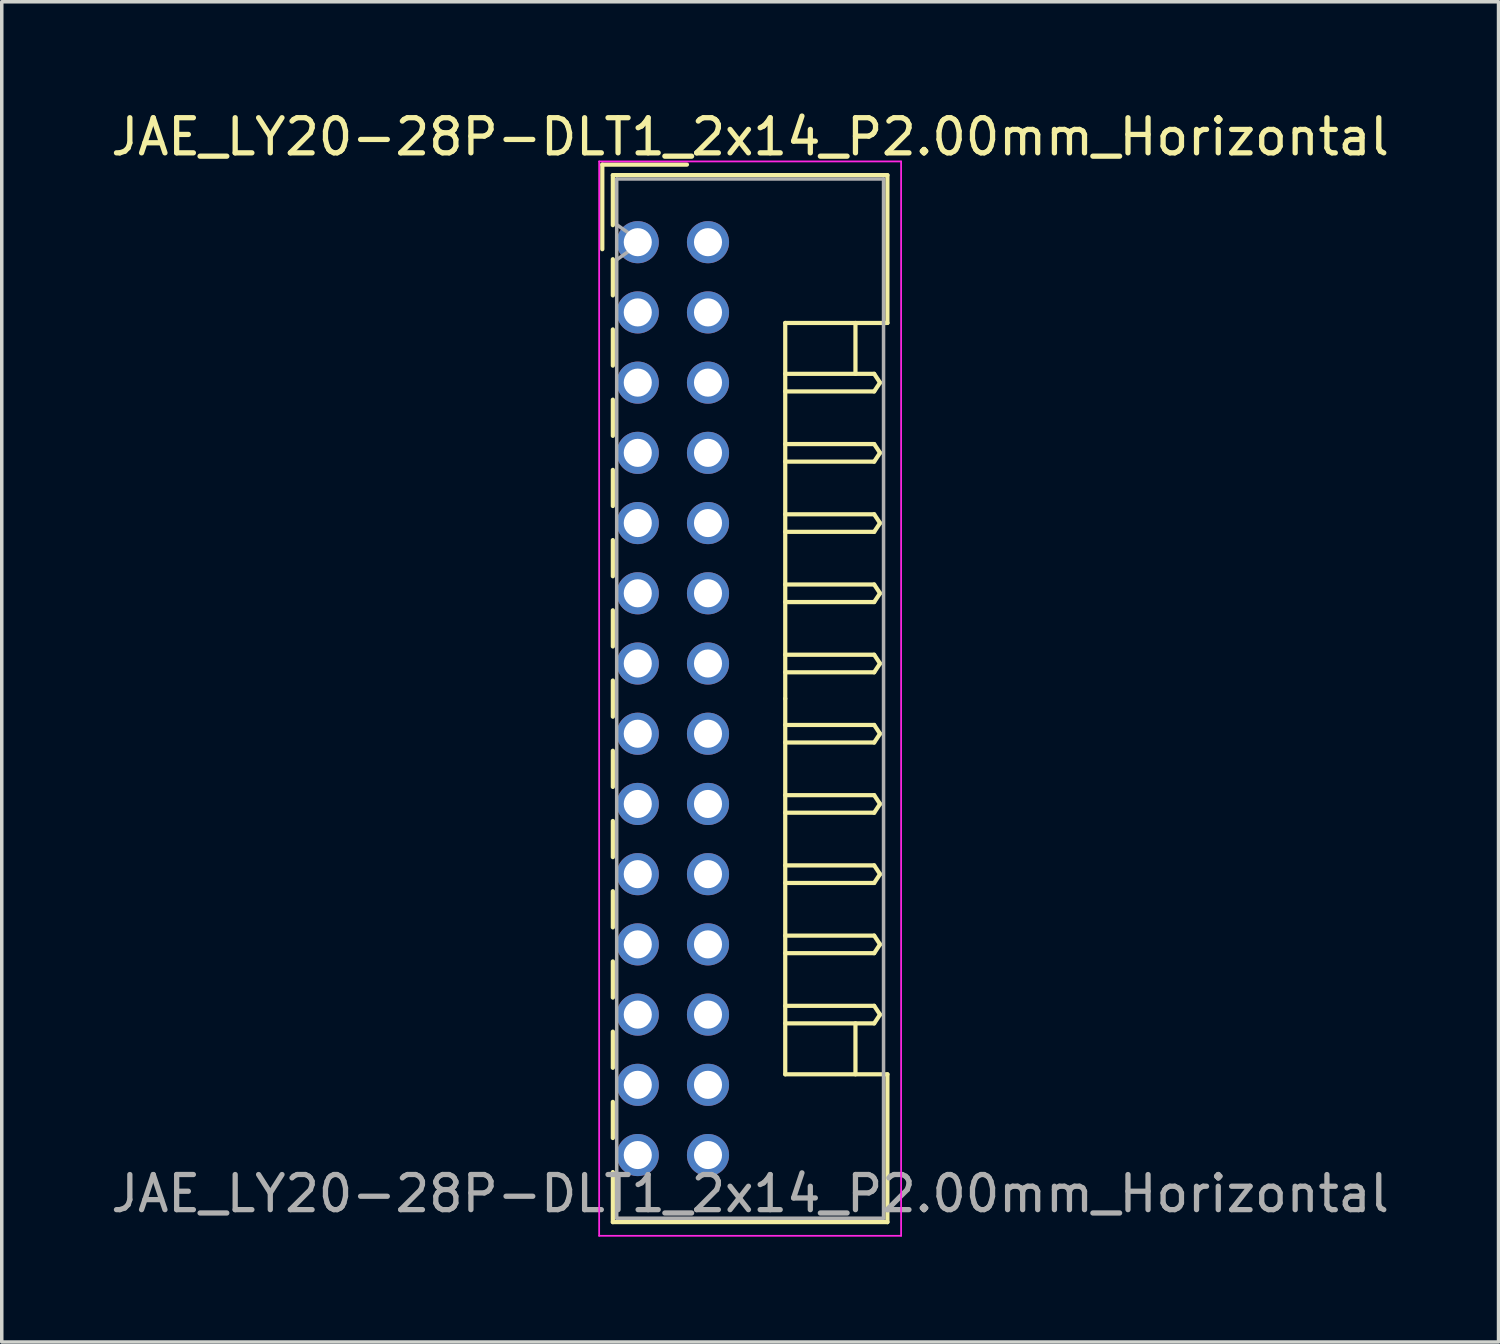
<source format=kicad_pcb>
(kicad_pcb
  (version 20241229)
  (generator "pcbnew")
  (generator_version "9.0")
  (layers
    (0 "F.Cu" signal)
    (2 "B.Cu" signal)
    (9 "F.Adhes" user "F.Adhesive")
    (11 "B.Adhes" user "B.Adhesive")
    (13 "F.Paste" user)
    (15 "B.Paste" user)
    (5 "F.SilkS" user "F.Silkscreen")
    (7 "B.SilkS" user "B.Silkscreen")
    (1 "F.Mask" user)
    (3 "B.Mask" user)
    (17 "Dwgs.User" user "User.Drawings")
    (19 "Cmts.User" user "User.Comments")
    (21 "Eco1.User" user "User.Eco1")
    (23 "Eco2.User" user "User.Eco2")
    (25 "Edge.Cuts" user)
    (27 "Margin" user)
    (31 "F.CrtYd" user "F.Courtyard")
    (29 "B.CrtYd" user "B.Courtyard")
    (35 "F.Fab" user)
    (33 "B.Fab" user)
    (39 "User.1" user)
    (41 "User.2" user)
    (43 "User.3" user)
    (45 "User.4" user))
  (footprint "JAE_LY20-28P-DLT1_2x14_P2.00mm_Horizontal"
    (layer "F.Cu")
    (at 15.115 3.848)
    (property "Reference" "JAE_LY20-28P-DLT1_2x14_P2.00mm_Horizontal" (at 3.2 -3 0) (layer "F.SilkS") (effects (font (size 1 1) (thickness 0.15))))
    (attr through_hole)
    (fp_line (start -1.01 -2.21) (end -1.01 0.2) (stroke (width 0.12) (type solid)) (layer "F.SilkS"))
    (fp_line (start -0.71 -1.91) (end 7.11 -1.91) (stroke (width 0.12) (type solid)) (layer "F.SilkS"))
    (fp_line (start -0.71 -0.485) (end -0.71 -1.91) (stroke (width 0.12) (type solid)) (layer "F.SilkS"))
    (fp_line (start -0.71 0.485) (end -0.71 1.515) (stroke (width 0.12) (type solid)) (layer "F.SilkS"))
    (fp_line (start -0.71 2.485) (end -0.71 3.515) (stroke (width 0.12) (type solid)) (layer "F.SilkS"))
    (fp_line (start -0.71 4.485) (end -0.71 5.515) (stroke (width 0.12) (type solid)) (layer "F.SilkS"))
    (fp_line (start -0.71 6.485) (end -0.71 7.515) (stroke (width 0.12) (type solid)) (layer "F.SilkS"))
    (fp_line (start -0.71 8.485) (end -0.71 9.515) (stroke (width 0.12) (type solid)) (layer "F.SilkS"))
    (fp_line (start -0.71 10.485) (end -0.71 11.515) (stroke (width 0.12) (type solid)) (layer "F.SilkS"))
    (fp_line (start -0.71 12.485) (end -0.71 13.515) (stroke (width 0.12) (type solid)) (layer "F.SilkS"))
    (fp_line (start -0.71 14.485) (end -0.71 15.515) (stroke (width 0.12) (type solid)) (layer "F.SilkS"))
    (fp_line (start -0.71 16.485) (end -0.71 17.515) (stroke (width 0.12) (type solid)) (layer "F.SilkS"))
    (fp_line (start -0.71 18.485) (end -0.71 19.515) (stroke (width 0.12) (type solid)) (layer "F.SilkS"))
    (fp_line (start -0.71 20.485) (end -0.71 21.515) (stroke (width 0.12) (type solid)) (layer "F.SilkS"))
    (fp_line (start -0.71 22.485) (end -0.71 23.515) (stroke (width 0.12) (type solid)) (layer "F.SilkS"))
    (fp_line (start -0.71 24.485) (end -0.71 25.515) (stroke (width 0.12) (type solid)) (layer "F.SilkS"))
    (fp_line (start -0.71 26.485) (end -0.71 27.91) (stroke (width 0.12) (type solid)) (layer "F.SilkS"))
    (fp_line (start -0.71 27.91) (end 7.11 27.91) (stroke (width 0.12) (type solid)) (layer "F.SilkS"))
    (fp_line (start 1.4 -2.21) (end -1.01 -2.21) (stroke (width 0.12) (type solid)) (layer "F.SilkS"))
    (fp_line (start 4.2 2.3) (end 4.2 13) (stroke (width 0.12) (type solid)) (layer "F.SilkS"))
    (fp_line (start 4.2 3.75) (end 6.733 3.75) (stroke (width 0.12) (type solid)) (layer "F.SilkS"))
    (fp_line (start 4.2 5.75) (end 6.733 5.75) (stroke (width 0.12) (type solid)) (layer "F.SilkS"))
    (fp_line (start 4.2 7.75) (end 6.733 7.75) (stroke (width 0.12) (type solid)) (layer "F.SilkS"))
    (fp_line (start 4.2 9.75) (end 6.733 9.75) (stroke (width 0.12) (type solid)) (layer "F.SilkS"))
    (fp_line (start 4.2 11.75) (end 6.733 11.75) (stroke (width 0.12) (type solid)) (layer "F.SilkS"))
    (fp_line (start 4.2 13.75) (end 6.733 13.75) (stroke (width 0.12) (type solid)) (layer "F.SilkS"))
    (fp_line (start 4.2 15.75) (end 6.733 15.75) (stroke (width 0.12) (type solid)) (layer "F.SilkS"))
    (fp_line (start 4.2 17.75) (end 6.733 17.75) (stroke (width 0.12) (type solid)) (layer "F.SilkS"))
    (fp_line (start 4.2 19.75) (end 6.733 19.75) (stroke (width 0.12) (type solid)) (layer "F.SilkS"))
    (fp_line (start 4.2 21.75) (end 6.733 21.75) (stroke (width 0.12) (type solid)) (layer "F.SilkS"))
    (fp_line (start 4.2 23.7) (end 4.2 13) (stroke (width 0.12) (type solid)) (layer "F.SilkS"))
    (fp_line (start 6.2 2.3) (end 6.2 3.75) (stroke (width 0.12) (type solid)) (layer "F.SilkS"))
    (fp_line (start 6.2 23.7) (end 6.2 22.25) (stroke (width 0.12) (type solid)) (layer "F.SilkS"))
    (fp_line (start 6.733 3.75) (end 6.9 4) (stroke (width 0.12) (type solid)) (layer "F.SilkS"))
    (fp_line (start 6.733 4.25) (end 4.2 4.25) (stroke (width 0.12) (type solid)) (layer "F.SilkS"))
    (fp_line (start 6.733 5.75) (end 6.9 6) (stroke (width 0.12) (type solid)) (layer "F.SilkS"))
    (fp_line (start 6.733 6.25) (end 4.2 6.25) (stroke (width 0.12) (type solid)) (layer "F.SilkS"))
    (fp_line (start 6.733 7.75) (end 6.9 8) (stroke (width 0.12) (type solid)) (layer "F.SilkS"))
    (fp_line (start 6.733 8.25) (end 4.2 8.25) (stroke (width 0.12) (type solid)) (layer "F.SilkS"))
    (fp_line (start 6.733 9.75) (end 6.9 10) (stroke (width 0.12) (type solid)) (layer "F.SilkS"))
    (fp_line (start 6.733 10.25) (end 4.2 10.25) (stroke (width 0.12) (type solid)) (layer "F.SilkS"))
    (fp_line (start 6.733 11.75) (end 6.9 12) (stroke (width 0.12) (type solid)) (layer "F.SilkS"))
    (fp_line (start 6.733 12.25) (end 4.2 12.25) (stroke (width 0.12) (type solid)) (layer "F.SilkS"))
    (fp_line (start 6.733 13.75) (end 6.9 14) (stroke (width 0.12) (type solid)) (layer "F.SilkS"))
    (fp_line (start 6.733 14.25) (end 4.2 14.25) (stroke (width 0.12) (type solid)) (layer "F.SilkS"))
    (fp_line (start 6.733 15.75) (end 6.9 16) (stroke (width 0.12) (type solid)) (layer "F.SilkS"))
    (fp_line (start 6.733 16.25) (end 4.2 16.25) (stroke (width 0.12) (type solid)) (layer "F.SilkS"))
    (fp_line (start 6.733 17.75) (end 6.9 18) (stroke (width 0.12) (type solid)) (layer "F.SilkS"))
    (fp_line (start 6.733 18.25) (end 4.2 18.25) (stroke (width 0.12) (type solid)) (layer "F.SilkS"))
    (fp_line (start 6.733 19.75) (end 6.9 20) (stroke (width 0.12) (type solid)) (layer "F.SilkS"))
    (fp_line (start 6.733 20.25) (end 4.2 20.25) (stroke (width 0.12) (type solid)) (layer "F.SilkS"))
    (fp_line (start 6.733 21.75) (end 6.9 22) (stroke (width 0.12) (type solid)) (layer "F.SilkS"))
    (fp_line (start 6.733 22.25) (end 4.2 22.25) (stroke (width 0.12) (type solid)) (layer "F.SilkS"))
    (fp_line (start 6.9 4) (end 6.733 4.25) (stroke (width 0.12) (type solid)) (layer "F.SilkS"))
    (fp_line (start 6.9 6) (end 6.733 6.25) (stroke (width 0.12) (type solid)) (layer "F.SilkS"))
    (fp_line (start 6.9 8) (end 6.733 8.25) (stroke (width 0.12) (type solid)) (layer "F.SilkS"))
    (fp_line (start 6.9 10) (end 6.733 10.25) (stroke (width 0.12) (type solid)) (layer "F.SilkS"))
    (fp_line (start 6.9 12) (end 6.733 12.25) (stroke (width 0.12) (type solid)) (layer "F.SilkS"))
    (fp_line (start 6.9 14) (end 6.733 14.25) (stroke (width 0.12) (type solid)) (layer "F.SilkS"))
    (fp_line (start 6.9 16) (end 6.733 16.25) (stroke (width 0.12) (type solid)) (layer "F.SilkS"))
    (fp_line (start 6.9 18) (end 6.733 18.25) (stroke (width 0.12) (type solid)) (layer "F.SilkS"))
    (fp_line (start 6.9 20) (end 6.733 20.25) (stroke (width 0.12) (type solid)) (layer "F.SilkS"))
    (fp_line (start 6.9 22) (end 6.733 22.25) (stroke (width 0.12) (type solid)) (layer "F.SilkS"))
    (fp_line (start 7.11 -1.91) (end 7.11 2.3) (stroke (width 0.12) (type solid)) (layer "F.SilkS"))
    (fp_line (start 7.11 2.3) (end 4.2 2.3) (stroke (width 0.12) (type solid)) (layer "F.SilkS"))
    (fp_line (start 7.11 23.7) (end 4.2 23.7) (stroke (width 0.12) (type solid)) (layer "F.SilkS"))
    (fp_line (start 7.11 27.91) (end 7.11 23.7) (stroke (width 0.12) (type solid)) (layer "F.SilkS"))
    (fp_line (start -1.1 -2.3) (end -1.1 28.3) (stroke (width 0.05) (type solid)) (layer "F.CrtYd"))
    (fp_line (start -1.1 28.3) (end 7.5 28.3) (stroke (width 0.05) (type solid)) (layer "F.CrtYd"))
    (fp_line (start 7.5 -2.3) (end -1.1 -2.3) (stroke (width 0.05) (type solid)) (layer "F.CrtYd"))
    (fp_line (start 7.5 28.3) (end 7.5 -2.3) (stroke (width 0.05) (type solid)) (layer "F.CrtYd"))
    (fp_line (start -0.6 -1.8) (end -0.6 27.8) (stroke (width 0.1) (type solid)) (layer "F.Fab"))
    (fp_line (start -0.6 0.5) (end 0.107 0) (stroke (width 0.1) (type solid)) (layer "F.Fab"))
    (fp_line (start -0.6 27.8) (end 7 27.8) (stroke (width 0.1) (type solid)) (layer "F.Fab"))
    (fp_line (start 0.107 0) (end -0.6 -0.5) (stroke (width 0.1) (type solid)) (layer "F.Fab"))
    (fp_line (start 7 -1.8) (end -0.6 -1.8) (stroke (width 0.1) (type solid)) (layer "F.Fab"))
    (fp_line (start 7 27.8) (end 7 -1.8) (stroke (width 0.1) (type solid)) (layer "F.Fab"))
    (fp_text user "${REFERENCE}" (at 3.2 27.1 0) (layer "F.Fab") (effects (font (size 1 1) (thickness 0.15))))
    (pad "a1" thru_hole circle (at 0 0) (size 1.2 1.2) (drill 0.8) (layers "*.Cu" "*.Mask"))
    (pad "a2" thru_hole circle (at 0 2) (size 1.2 1.2) (drill 0.8) (layers "*.Cu" "*.Mask"))
    (pad "a3" thru_hole circle (at 0 4) (size 1.2 1.2) (drill 0.8) (layers "*.Cu" "*.Mask"))
    (pad "a4" thru_hole circle (at 0 6) (size 1.2 1.2) (drill 0.8) (layers "*.Cu" "*.Mask"))
    (pad "a5" thru_hole circle (at 0 8) (size 1.2 1.2) (drill 0.8) (layers "*.Cu" "*.Mask"))
    (pad "a6" thru_hole circle (at 0 10) (size 1.2 1.2) (drill 0.8) (layers "*.Cu" "*.Mask"))
    (pad "a7" thru_hole circle (at 0 12) (size 1.2 1.2) (drill 0.8) (layers "*.Cu" "*.Mask"))
    (pad "a8" thru_hole circle (at 0 14) (size 1.2 1.2) (drill 0.8) (layers "*.Cu" "*.Mask"))
    (pad "a9" thru_hole circle (at 0 16) (size 1.2 1.2) (drill 0.8) (layers "*.Cu" "*.Mask"))
    (pad "a10" thru_hole circle (at 0 18) (size 1.2 1.2) (drill 0.8) (layers "*.Cu" "*.Mask"))
    (pad "a11" thru_hole circle (at 0 20) (size 1.2 1.2) (drill 0.8) (layers "*.Cu" "*.Mask"))
    (pad "a12" thru_hole circle (at 0 22) (size 1.2 1.2) (drill 0.8) (layers "*.Cu" "*.Mask"))
    (pad "a13" thru_hole circle (at 0 24) (size 1.2 1.2) (drill 0.8) (layers "*.Cu" "*.Mask"))
    (pad "a14" thru_hole circle (at 0 26) (size 1.2 1.2) (drill 0.8) (layers "*.Cu" "*.Mask"))
    (pad "b1" thru_hole circle (at 2 0) (size 1.2 1.2) (drill 0.8) (layers "*.Cu" "*.Mask"))
    (pad "b2" thru_hole circle (at 2 2) (size 1.2 1.2) (drill 0.8) (layers "*.Cu" "*.Mask"))
    (pad "b3" thru_hole circle (at 2 4) (size 1.2 1.2) (drill 0.8) (layers "*.Cu" "*.Mask"))
    (pad "b4" thru_hole circle (at 2 6) (size 1.2 1.2) (drill 0.8) (layers "*.Cu" "*.Mask"))
    (pad "b5" thru_hole circle (at 2 8) (size 1.2 1.2) (drill 0.8) (layers "*.Cu" "*.Mask"))
    (pad "b6" thru_hole circle (at 2 10) (size 1.2 1.2) (drill 0.8) (layers "*.Cu" "*.Mask"))
    (pad "b7" thru_hole circle (at 2 12) (size 1.2 1.2) (drill 0.8) (layers "*.Cu" "*.Mask"))
    (pad "b8" thru_hole circle (at 2 14) (size 1.2 1.2) (drill 0.8) (layers "*.Cu" "*.Mask"))
    (pad "b9" thru_hole circle (at 2 16) (size 1.2 1.2) (drill 0.8) (layers "*.Cu" "*.Mask"))
    (pad "b10" thru_hole circle (at 2 18) (size 1.2 1.2) (drill 0.8) (layers "*.Cu" "*.Mask"))
    (pad "b11" thru_hole circle (at 2 20) (size 1.2 1.2) (drill 0.8) (layers "*.Cu" "*.Mask"))
    (pad "b12" thru_hole circle (at 2 22) (size 1.2 1.2) (drill 0.8) (layers "*.Cu" "*.Mask"))
    (pad "b13" thru_hole circle (at 2 24) (size 1.2 1.2) (drill 0.8) (layers "*.Cu" "*.Mask"))
    (pad "b14" thru_hole circle (at 2 26) (size 1.2 1.2) (drill 0.8) (layers "*.Cu" "*.Mask")))
  (gr_rect
    (start -3 -3)
    (end 39.631 35.173)
    (stroke (width 0.1) (type default))
    (fill no)
    (layer "Edge.Cuts")))
</source>
